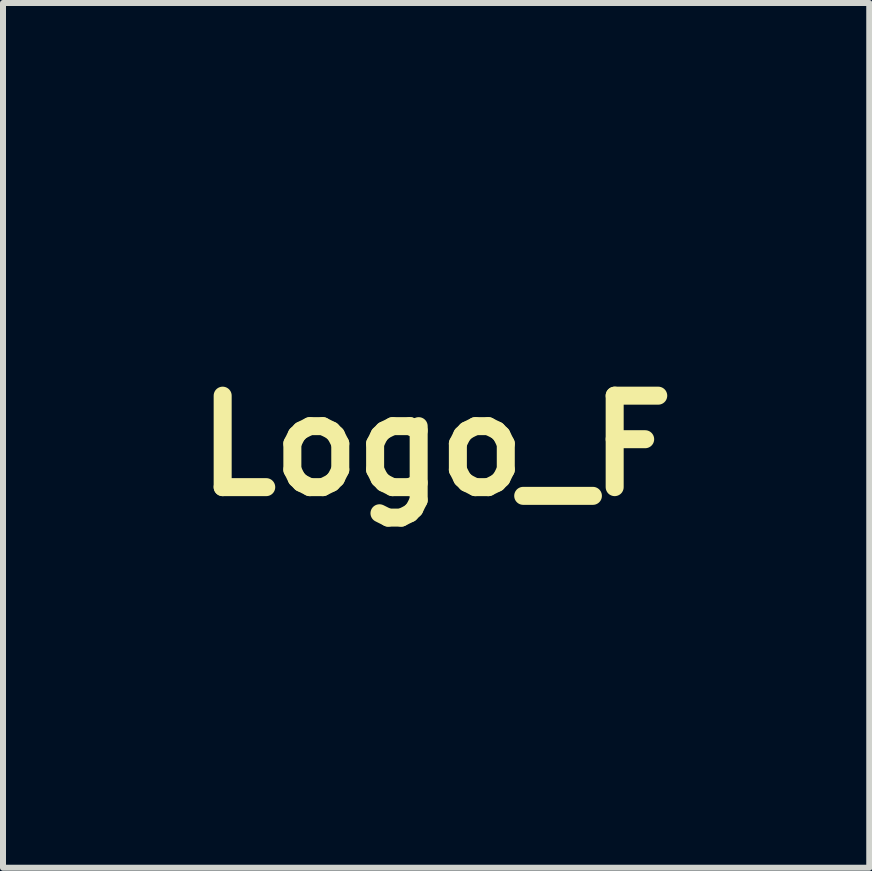
<source format=kicad_pcb>
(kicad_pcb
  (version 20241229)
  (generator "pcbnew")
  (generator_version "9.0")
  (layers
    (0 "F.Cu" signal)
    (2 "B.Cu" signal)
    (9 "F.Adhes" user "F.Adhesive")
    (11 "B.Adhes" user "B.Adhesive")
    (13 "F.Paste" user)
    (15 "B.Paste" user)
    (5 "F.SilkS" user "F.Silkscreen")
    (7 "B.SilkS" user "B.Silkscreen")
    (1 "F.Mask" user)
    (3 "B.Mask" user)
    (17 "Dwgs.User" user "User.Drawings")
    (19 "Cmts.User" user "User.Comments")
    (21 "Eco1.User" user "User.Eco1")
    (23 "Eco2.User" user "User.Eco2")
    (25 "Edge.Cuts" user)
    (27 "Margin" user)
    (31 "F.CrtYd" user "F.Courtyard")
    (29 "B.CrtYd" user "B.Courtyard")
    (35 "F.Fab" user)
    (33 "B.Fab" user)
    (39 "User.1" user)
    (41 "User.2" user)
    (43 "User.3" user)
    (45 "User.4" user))
  (footprint "Logo_F"
    (layer "F.Cu")
    (at 4.216 4.377)
    (property "Reference" "Logo_F" (at 0 0 0) (layer "F.SilkS") (effects (font (size 1.524 1.524) (thickness 0.3))))
    (attr through_hole)
    (fp_poly (pts (xy -1.54 2.192) (xy -1.442 2.207) (xy -1.362 2.231) (xy -1.306 2.264) (xy -1.288 2.286) (xy -1.271 2.351) (xy -1.287 2.414) (xy -1.332 2.473) (xy -1.402 2.527) (xy -1.495 2.574) (xy -1.605 2.611) (xy -1.73 2.636) (xy -1.867 2.648) (xy -1.904 2.648) (xy -2.005 2.644) (xy -2.084 2.632) (xy -2.122 2.62) (xy -2.2 2.575) (xy -2.242 2.523) (xy -2.249 2.464) (xy -2.221 2.4) (xy -2.212 2.388) (xy -2.163 2.344) (xy -2.09 2.299) (xy -2.001 2.257) (xy -1.907 2.223) (xy -1.869 2.213) (xy -1.76 2.194) (xy -1.649 2.188) (xy -1.54 2.192)) (stroke (width 0.01) (type solid)) (fill no) (layer "Eco1.User"))
    (fp_poly (pts (xy 0.236 -1.637) (xy 0.333 -1.626) (xy 0.452 -1.605) (xy 0.582 -1.577) (xy 0.712 -1.545) (xy 0.762 -1.531) (xy 0.829 -1.508) (xy 0.91 -1.477) (xy 0.999 -1.439) (xy 1.091 -1.399) (xy 1.179 -1.357) (xy 1.258 -1.318) (xy 1.323 -1.283) (xy 1.368 -1.255) (xy 1.386 -1.238) (xy 1.386 -1.235) (xy 1.36 -1.226) (xy 1.304 -1.216) (xy 1.222 -1.206) (xy 1.119 -1.194) (xy 1.002 -1.183) (xy 0.876 -1.173) (xy 0.746 -1.163) (xy 0.616 -1.155) (xy 0.494 -1.148) (xy 0.384 -1.144) (xy 0.299 -1.143) (xy 0.136 -1.143) (xy 0.145 -1.392) (xy 0.154 -1.642) (xy 0.236 -1.637)) (stroke (width 0.01) (type solid)) (fill no) (layer "Eco1.User"))
    (fp_poly (pts (xy -0.324 -1.64) (xy -0.324 -1.64) (xy -0.318 -1.62) (xy -0.313 -1.57) (xy -0.31 -1.497) (xy -0.308 -1.41) (xy -0.308 -1.387) (xy -0.308 -1.143) (xy -0.386 -1.146) (xy -0.435 -1.148) (xy -0.51 -1.152) (xy -0.599 -1.158) (xy -0.671 -1.163) (xy -0.78 -1.172) (xy -0.905 -1.183) (xy -1.035 -1.196) (xy -1.164 -1.211) (xy -1.281 -1.225) (xy -1.38 -1.238) (xy -1.451 -1.249) (xy -1.451 -1.249) (xy -1.533 -1.263) (xy -1.365 -1.348) (xy -1.196 -1.429) (xy -1.037 -1.493) (xy -0.87 -1.547) (xy -0.824 -1.559) (xy -0.747 -1.579) (xy -0.659 -1.597) (xy -0.568 -1.614) (xy -0.481 -1.628) (xy -0.406 -1.638) (xy -0.351 -1.643) (xy -0.324 -1.64)) (stroke (width 0.01) (type solid)) (fill no) (layer "Eco1.User"))
    (fp_poly (pts (xy 2.748 0.978) (xy 2.756 1.01) (xy 2.764 1.072) (xy 2.764 1.074) (xy 2.769 1.213) (xy 2.76 1.375) (xy 2.74 1.553) (xy 2.709 1.736) (xy 2.669 1.916) (xy 2.623 2.085) (xy 2.571 2.233) (xy 2.528 2.327) (xy 2.515 2.352) (xy 2.5 2.367) (xy 2.477 2.371) (xy 2.439 2.366) (xy 2.379 2.351) (xy 2.304 2.33) (xy 2.137 2.286) (xy 1.942 2.242) (xy 1.728 2.198) (xy 1.504 2.157) (xy 1.277 2.12) (xy 1.057 2.088) (xy 0.971 2.077) (xy 0.87 2.065) (xy 0.798 2.053) (xy 0.748 2.038) (xy 0.713 2.015) (xy 0.686 1.981) (xy 0.66 1.932) (xy 0.64 1.887) (xy 0.617 1.832) (xy 0.589 1.761) (xy 0.559 1.679) (xy 0.529 1.594) (xy 0.502 1.513) (xy 0.48 1.444) (xy 0.465 1.393) (xy 0.461 1.367) (xy 0.461 1.365) (xy 0.481 1.361) (xy 0.53 1.355) (xy 0.604 1.347) (xy 0.696 1.339) (xy 0.774 1.332) (xy 1.361 1.263) (xy 1.946 1.16) (xy 2.526 1.022) (xy 2.714 0.97) (xy 2.735 0.967) (xy 2.748 0.978)) (stroke (width 0.01) (type solid)) (fill no) (layer "Eco1.User"))
    (fp_poly (pts (xy -2.227 -0.631) (xy -2.174 -0.621) (xy -2.104 -0.607) (xy -2.063 -0.599) (xy -1.67 -0.525) (xy -1.246 -0.467) (xy -0.792 -0.423) (xy -0.626 -0.411) (xy -0.299 -0.39) (xy -0.305 -0.272) (xy -0.312 -0.174) (xy -0.323 -0.058) (xy -0.337 0.069) (xy -0.354 0.2) (xy -0.372 0.327) (xy -0.39 0.442) (xy -0.408 0.538) (xy -0.424 0.608) (xy -0.428 0.621) (xy -0.438 0.637) (xy -0.459 0.646) (xy -0.5 0.65) (xy -0.568 0.651) (xy -0.595 0.651) (xy -0.689 0.648) (xy -0.799 0.642) (xy -0.905 0.636) (xy -0.934 0.633) (xy -1.343 0.59) (xy -1.768 0.525) (xy -2.195 0.442) (xy -2.467 0.379) (xy -2.596 0.346) (xy -2.69 0.319) (xy -2.749 0.298) (xy -2.775 0.282) (xy -2.776 0.279) (xy -2.768 0.245) (xy -2.748 0.185) (xy -2.717 0.109) (xy -2.681 0.024) (xy -2.641 -0.061) (xy -2.602 -0.14) (xy -2.59 -0.163) (xy -2.538 -0.254) (xy -2.481 -0.346) (xy -2.423 -0.433) (xy -2.367 -0.511) (xy -2.318 -0.574) (xy -2.28 -0.617) (xy -2.255 -0.634) (xy -2.254 -0.634) (xy -2.227 -0.631)) (stroke (width 0.01) (type solid)) (fill no) (layer "Eco1.User"))
    (fp_poly (pts (xy -2.84 1.004) (xy -2.764 1.025) (xy -2.667 1.05) (xy -2.556 1.078) (xy -2.437 1.107) (xy -2.317 1.134) (xy -2.205 1.159) (xy -2.114 1.177) (xy -1.851 1.226) (xy -1.586 1.267) (xy -1.31 1.302) (xy -1.013 1.332) (xy -0.767 1.353) (xy -0.698 1.359) (xy -0.646 1.364) (xy -0.619 1.368) (xy -0.617 1.369) (xy -0.624 1.392) (xy -0.643 1.44) (xy -0.67 1.506) (xy -0.702 1.583) (xy -0.737 1.662) (xy -0.77 1.736) (xy -0.799 1.798) (xy -0.808 1.817) (xy -0.849 1.899) (xy -0.881 1.953) (xy -0.91 1.984) (xy -0.947 1.996) (xy -0.997 1.993) (xy -1.07 1.98) (xy -1.102 1.973) (xy -1.302 1.942) (xy -1.504 1.925) (xy -1.701 1.922) (xy -1.886 1.933) (xy -2.049 1.958) (xy -2.13 1.978) (xy -2.224 2.012) (xy -2.336 2.062) (xy -2.453 2.121) (xy -2.565 2.184) (xy -2.643 2.234) (xy -2.719 2.286) (xy -2.782 2.091) (xy -2.833 1.922) (xy -2.871 1.766) (xy -2.898 1.608) (xy -2.919 1.431) (xy -2.922 1.406) (xy -2.931 1.275) (xy -2.934 1.165) (xy -2.929 1.078) (xy -2.918 1.019) (xy -2.901 0.99) (xy -2.887 0.989) (xy -2.84 1.004)) (stroke (width 0.01) (type solid)) (fill no) (layer "Eco1.User"))
    (fp_poly (pts (xy 2.118 -0.6) (xy 2.159 -0.563) (xy 2.21 -0.501) (xy 2.267 -0.421) (xy 2.328 -0.326) (xy 2.391 -0.222) (xy 2.451 -0.111) (xy 2.506 0.000074) (xy 2.553 0.108) (xy 2.553 0.109) (xy 2.588 0.199) (xy 2.608 0.261) (xy 2.613 0.297) (xy 2.607 0.311) (xy 2.578 0.321) (xy 2.52 0.338) (xy 2.438 0.359) (xy 2.339 0.383) (xy 2.23 0.409) (xy 2.116 0.435) (xy 2.003 0.46) (xy 1.899 0.482) (xy 1.823 0.497) (xy 1.635 0.53) (xy 1.423 0.562) (xy 1.199 0.591) (xy 0.971 0.616) (xy 0.752 0.637) (xy 0.55 0.652) (xy 0.42 0.658) (xy 0.347 0.659) (xy 0.303 0.654) (xy 0.279 0.643) (xy 0.271 0.633) (xy 0.258 0.594) (xy 0.242 0.525) (xy 0.225 0.432) (xy 0.207 0.321) (xy 0.19 0.199) (xy 0.174 0.073) (xy 0.16 -0.053) (xy 0.149 -0.171) (xy 0.142 -0.276) (xy 0.141 -0.281) (xy 0.136 -0.39) (xy 0.263 -0.394) (xy 0.431 -0.402) (xy 0.622 -0.413) (xy 0.821 -0.428) (xy 1.016 -0.446) (xy 1.194 -0.464) (xy 1.279 -0.474) (xy 1.384 -0.488) (xy 1.502 -0.505) (xy 1.625 -0.524) (xy 1.746 -0.544) (xy 1.86 -0.563) (xy 1.959 -0.581) (xy 2.037 -0.597) (xy 2.086 -0.608) (xy 2.089 -0.609) (xy 2.118 -0.6)) (stroke (width 0.01) (type solid)) (fill no) (layer "Eco1.User"))
    (fp_poly (pts (xy -0.09 -4.357) (xy -0.063 -4.313) (xy -0.03 -4.249) (xy 0.007 -4.171) (xy 0.043 -4.086) (xy 0.076 -4) (xy 0.09 -3.959) (xy 0.131 -3.826) (xy 0.161 -3.704) (xy 0.182 -3.584) (xy 0.193 -3.456) (xy 0.197 -3.312) (xy 0.194 -3.141) (xy 0.194 -3.139) (xy 0.188 -3.001) (xy 0.18 -2.875) (xy 0.17 -2.77) (xy 0.159 -2.692) (xy 0.156 -2.678) (xy 0.128 -2.553) (xy 0.217 -2.442) (xy 0.307 -2.337) (xy 0.408 -2.235) (xy 0.507 -2.149) (xy 0.535 -2.128) (xy 0.59 -2.088) (xy 0.34 -2.087) (xy 0.238 -2.086) (xy 0.168 -2.084) (xy 0.123 -2.08) (xy 0.099 -2.073) (xy 0.091 -2.062) (xy 0.091 -2.06) (xy 0.09 -2.035) (xy 0.087 -1.979) (xy 0.083 -1.897) (xy 0.077 -1.793) (xy 0.07 -1.673) (xy 0.063 -1.54) (xy 0.062 -1.52) (xy 0.042 -1.042) (xy 0.039 -0.589) (xy 0.054 -0.156) (xy 0.087 0.264) (xy 0.138 0.677) (xy 0.208 1.089) (xy 0.228 1.195) (xy 0.299 1.506) (xy 0.378 1.784) (xy 0.466 2.028) (xy 0.564 2.241) (xy 0.672 2.423) (xy 0.792 2.575) (xy 0.923 2.7) (xy 1.067 2.798) (xy 1.099 2.815) (xy 1.244 2.882) (xy 1.393 2.934) (xy 1.553 2.971) (xy 1.733 2.996) (xy 1.892 3.008) (xy 2.105 3.021) (xy 1.955 3.173) (xy 1.713 3.394) (xy 1.455 3.583) (xy 1.182 3.739) (xy 0.891 3.863) (xy 0.584 3.955) (xy 0.354 4.001) (xy 0.277 4.01) (xy 0.175 4.017) (xy 0.056 4.022) (xy -0.07 4.025) (xy -0.194 4.025) (xy -0.305 4.023) (xy -0.394 4.019) (xy -0.426 4.015) (xy -0.726 3.96) (xy -1.019 3.874) (xy -1.296 3.761) (xy -1.347 3.736) (xy -1.498 3.657) (xy -1.63 3.579) (xy -1.75 3.497) (xy -1.868 3.403) (xy -1.993 3.292) (xy -2.102 3.187) (xy -2.272 3.021) (xy -2.174 3.016) (xy -2.056 3.009) (xy -1.928 2.996) (xy -1.803 2.981) (xy -1.691 2.965) (xy -1.603 2.948) (xy -1.597 2.946) (xy -1.527 2.925) (xy -1.439 2.893) (xy -1.349 2.855) (xy -1.31 2.837) (xy -1.167 2.756) (xy -1.037 2.653) (xy -0.917 2.529) (xy -0.809 2.38) (xy -0.71 2.206) (xy -0.62 2.004) (xy -0.538 1.773) (xy -0.463 1.512) (xy -0.395 1.218) (xy -0.333 0.89) (xy -0.319 0.807) (xy -0.261 0.375) (xy -0.223 -0.087) (xy -0.206 -0.578) (xy -0.209 -1.099) (xy -0.234 -1.649) (xy -0.242 -1.769) (xy -0.263 -2.077) (xy -0.524 -2.082) (xy -0.784 -2.087) (xy -0.714 -2.138) (xy -0.656 -2.186) (xy -0.586 -2.251) (xy -0.512 -2.325) (xy -0.444 -2.398) (xy -0.391 -2.461) (xy -0.373 -2.486) (xy -0.35 -2.521) (xy -0.34 -2.551) (xy -0.34 -2.588) (xy -0.35 -2.643) (xy -0.355 -2.667) (xy -0.368 -2.74) (xy -0.379 -2.833) (xy -0.386 -2.899) (xy -0.064 -2.899) (xy -0.06 -2.887) (xy -0.051 -2.888) (xy -0.035 -2.908) (xy -0.012 -2.954) (xy 0.013 -3.017) (xy 0.022 -3.041) (xy 0.076 -3.25) (xy 0.099 -3.467) (xy 0.091 -3.695) (xy 0.052 -3.936) (xy 0.007 -4.114) (xy -0.012 -4.175) (xy -0.024 -4.202) (xy -0.027 -4.198) (xy -0.023 -4.165) (xy -0.01 -4.105) (xy -0.000301 -4.063) (xy 0.039 -3.869) (xy 0.06 -3.671) (xy 0.065 -3.477) (xy 0.051 -3.293) (xy 0.021 -3.126) (xy -0.026 -2.982) (xy -0.048 -2.935) (xy -0.064 -2.899) (xy -0.386 -2.899) (xy -0.388 -2.93) (xy -0.391 -2.966) (xy -0.396 -3.051) (xy -0.401 -3.129) (xy -0.406 -3.188) (xy -0.408 -3.208) (xy -0.41 -3.297) (xy -0.402 -3.41) (xy -0.387 -3.539) (xy -0.365 -3.673) (xy -0.339 -3.802) (xy -0.309 -3.918) (xy -0.287 -3.982) (xy -0.258 -4.058) (xy -0.224 -4.138) (xy -0.19 -4.216) (xy -0.157 -4.285) (xy -0.13 -4.338) (xy -0.112 -4.368) (xy -0.107 -4.372) (xy -0.09 -4.357)) (stroke (width 0.01) (type solid)) (fill no) (layer "Eco1.User"))
    (fp_poly (pts (xy -0.816 -2.114) (xy -0.826 -2.105) (xy -0.835 -2.114) (xy -0.826 -2.123) (xy -0.816 -2.114)) (stroke (width 0.01) (type solid)) (fill no) (layer "Eco2.User")))
  (gr_rect
    (start -3 -3)
    (end 11.433 11.408)
    (stroke (width 0.1) (type default))
    (fill no)
    (layer "Edge.Cuts")))
</source>
